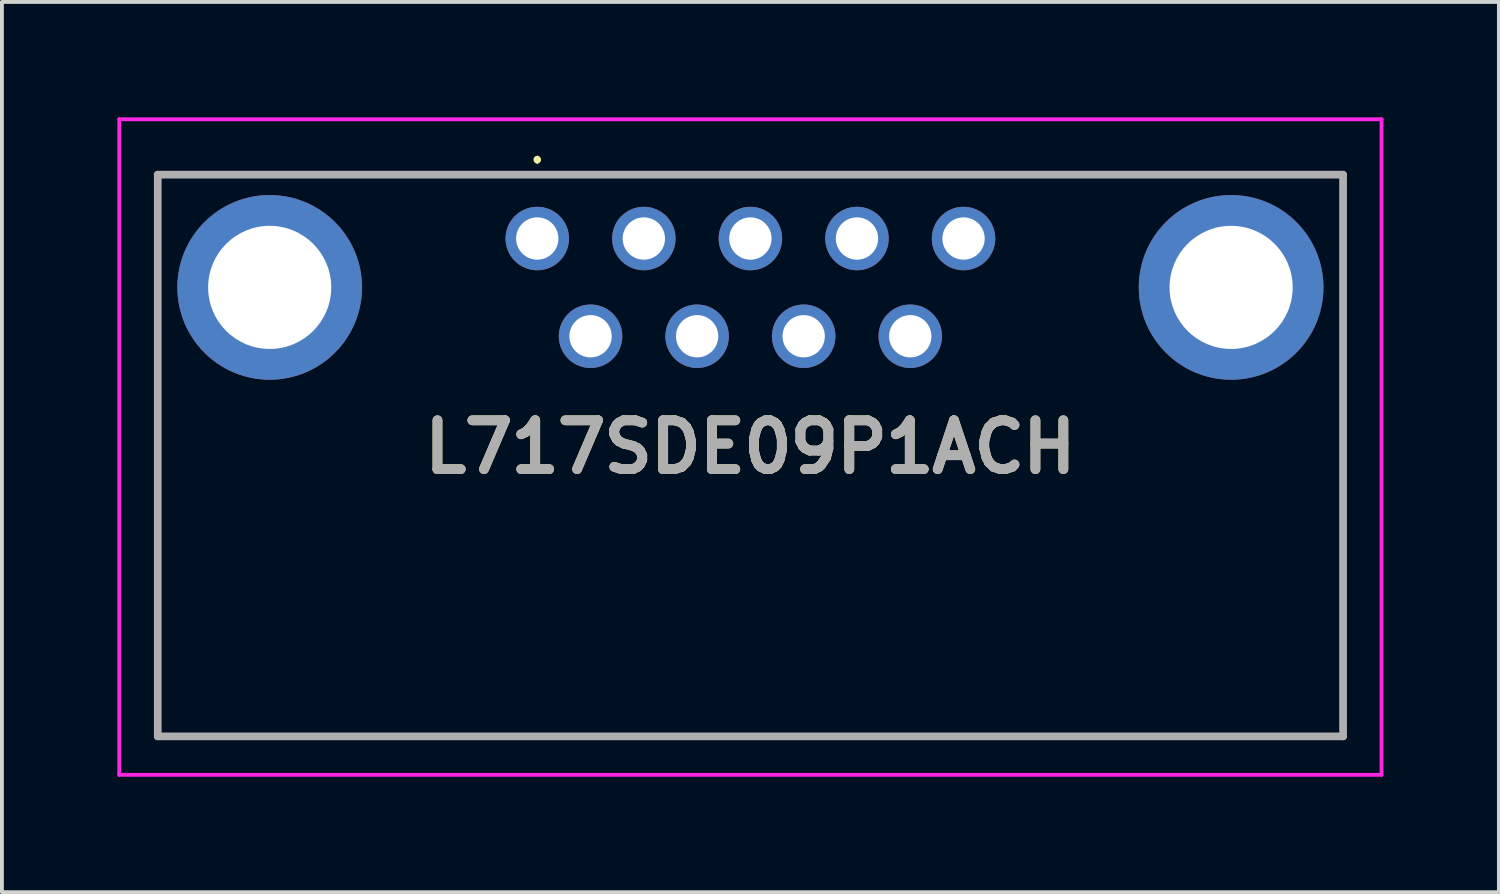
<source format=kicad_pcb>
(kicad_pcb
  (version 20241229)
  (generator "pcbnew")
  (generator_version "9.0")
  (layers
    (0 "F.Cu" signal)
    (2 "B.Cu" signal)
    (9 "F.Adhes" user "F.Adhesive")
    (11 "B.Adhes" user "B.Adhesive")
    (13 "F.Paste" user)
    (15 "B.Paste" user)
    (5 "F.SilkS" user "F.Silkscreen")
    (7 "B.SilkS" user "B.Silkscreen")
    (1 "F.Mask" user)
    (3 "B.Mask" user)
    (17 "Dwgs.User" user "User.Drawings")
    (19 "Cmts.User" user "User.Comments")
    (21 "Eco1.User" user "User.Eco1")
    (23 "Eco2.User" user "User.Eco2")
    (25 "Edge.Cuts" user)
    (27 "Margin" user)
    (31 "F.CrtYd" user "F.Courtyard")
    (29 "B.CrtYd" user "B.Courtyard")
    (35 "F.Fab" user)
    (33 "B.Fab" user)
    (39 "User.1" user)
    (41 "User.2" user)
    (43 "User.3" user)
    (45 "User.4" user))
  (footprint "L717SDE09P1ACH"
    (layer "F.Cu")
    (at 10.915 3.15)
    (property "Reference" "L717SDE09P1ACH" (at 5.54 5.42 0) (layer "F.SilkS") (effects (font (size 1.27 1.27) (thickness 0.254))))
    (attr through_hole)
    (fp_line (start -9.865 -1.66) (end 20.945 -1.66) (stroke (width 0.1) (type solid)) (layer "F.SilkS"))
    (fp_line (start -9.865 12.94) (end -9.865 -1.66) (stroke (width 0.1) (type solid)) (layer "F.SilkS"))
    (fp_line (start 0 -2.1) (end 0 -2.1) (stroke (width 0.1) (type solid)) (layer "F.SilkS"))
    (fp_line (start 0 -2) (end 0 -2) (stroke (width 0.1) (type solid)) (layer "F.SilkS"))
    (fp_line (start 20.945 -1.66) (end 20.945 12.94) (stroke (width 0.1) (type solid)) (layer "F.SilkS"))
    (fp_line (start 20.945 12.94) (end -9.865 12.94) (stroke (width 0.1) (type solid)) (layer "F.SilkS"))
    (fp_arc (start 0 -2.1) (mid 0.05 -2.05) (end 0 -2) (stroke (width 0.1) (type solid)) (layer "F.SilkS"))
    (fp_arc (start 0 -2) (mid -0.05 -2.05) (end 0 -2.1) (stroke (width 0.1) (type solid)) (layer "F.SilkS"))
    (fp_line (start -10.865 -3.1) (end 21.945 -3.1) (stroke (width 0.1) (type solid)) (layer "F.CrtYd"))
    (fp_line (start -10.865 13.94) (end -10.865 -3.1) (stroke (width 0.1) (type solid)) (layer "F.CrtYd"))
    (fp_line (start 21.945 -3.1) (end 21.945 13.94) (stroke (width 0.1) (type solid)) (layer "F.CrtYd"))
    (fp_line (start 21.945 13.94) (end -10.865 13.94) (stroke (width 0.1) (type solid)) (layer "F.CrtYd"))
    (fp_line (start -9.865 -1.66) (end 20.945 -1.66) (stroke (width 0.2) (type solid)) (layer "F.Fab"))
    (fp_line (start -9.865 12.94) (end -9.865 -1.66) (stroke (width 0.2) (type solid)) (layer "F.Fab"))
    (fp_line (start 20.945 -1.66) (end 20.945 12.94) (stroke (width 0.2) (type solid)) (layer "F.Fab"))
    (fp_line (start 20.945 12.94) (end -9.865 12.94) (stroke (width 0.2) (type solid)) (layer "F.Fab"))
    (fp_text user "${REFERENCE}" (at 5.54 5.42 0) (layer "F.Fab") (effects (font (size 1.27 1.27) (thickness 0.254))))
    (pad "1" thru_hole circle (at 0 0) (size 1.65 1.65) (drill 1.1) (layers "*.Cu" "*.Mask"))
    (pad "2" thru_hole circle (at 2.77 0) (size 1.65 1.65) (drill 1.1) (layers "*.Cu" "*.Mask"))
    (pad "3" thru_hole circle (at 5.54 0) (size 1.65 1.65) (drill 1.1) (layers "*.Cu" "*.Mask"))
    (pad "4" thru_hole circle (at 8.31 0) (size 1.65 1.65) (drill 1.1) (layers "*.Cu" "*.Mask"))
    (pad "5" thru_hole circle (at 11.08 0) (size 1.65 1.65) (drill 1.1) (layers "*.Cu" "*.Mask"))
    (pad "6" thru_hole circle (at 1.385 2.54) (size 1.65 1.65) (drill 1.1) (layers "*.Cu" "*.Mask"))
    (pad "7" thru_hole circle (at 4.155 2.54) (size 1.65 1.65) (drill 1.1) (layers "*.Cu" "*.Mask"))
    (pad "8" thru_hole circle (at 6.925 2.54) (size 1.65 1.65) (drill 1.1) (layers "*.Cu" "*.Mask"))
    (pad "9" thru_hole circle (at 9.695 2.54) (size 1.65 1.65) (drill 1.1) (layers "*.Cu" "*.Mask"))
    (pad "MH1" thru_hole circle (at -6.955 1.27) (size 4.8 4.8) (drill 3.2) (layers "*.Cu" "*.Mask"))
    (pad "MH2" thru_hole circle (at 18.035 1.27) (size 4.8 4.8) (drill 3.2) (layers "*.Cu" "*.Mask")))
  (gr_rect
    (start -3 -3)
    (end 35.91 20.14)
    (stroke (width 0.1) (type default))
    (fill no)
    (layer "Edge.Cuts")))
</source>
